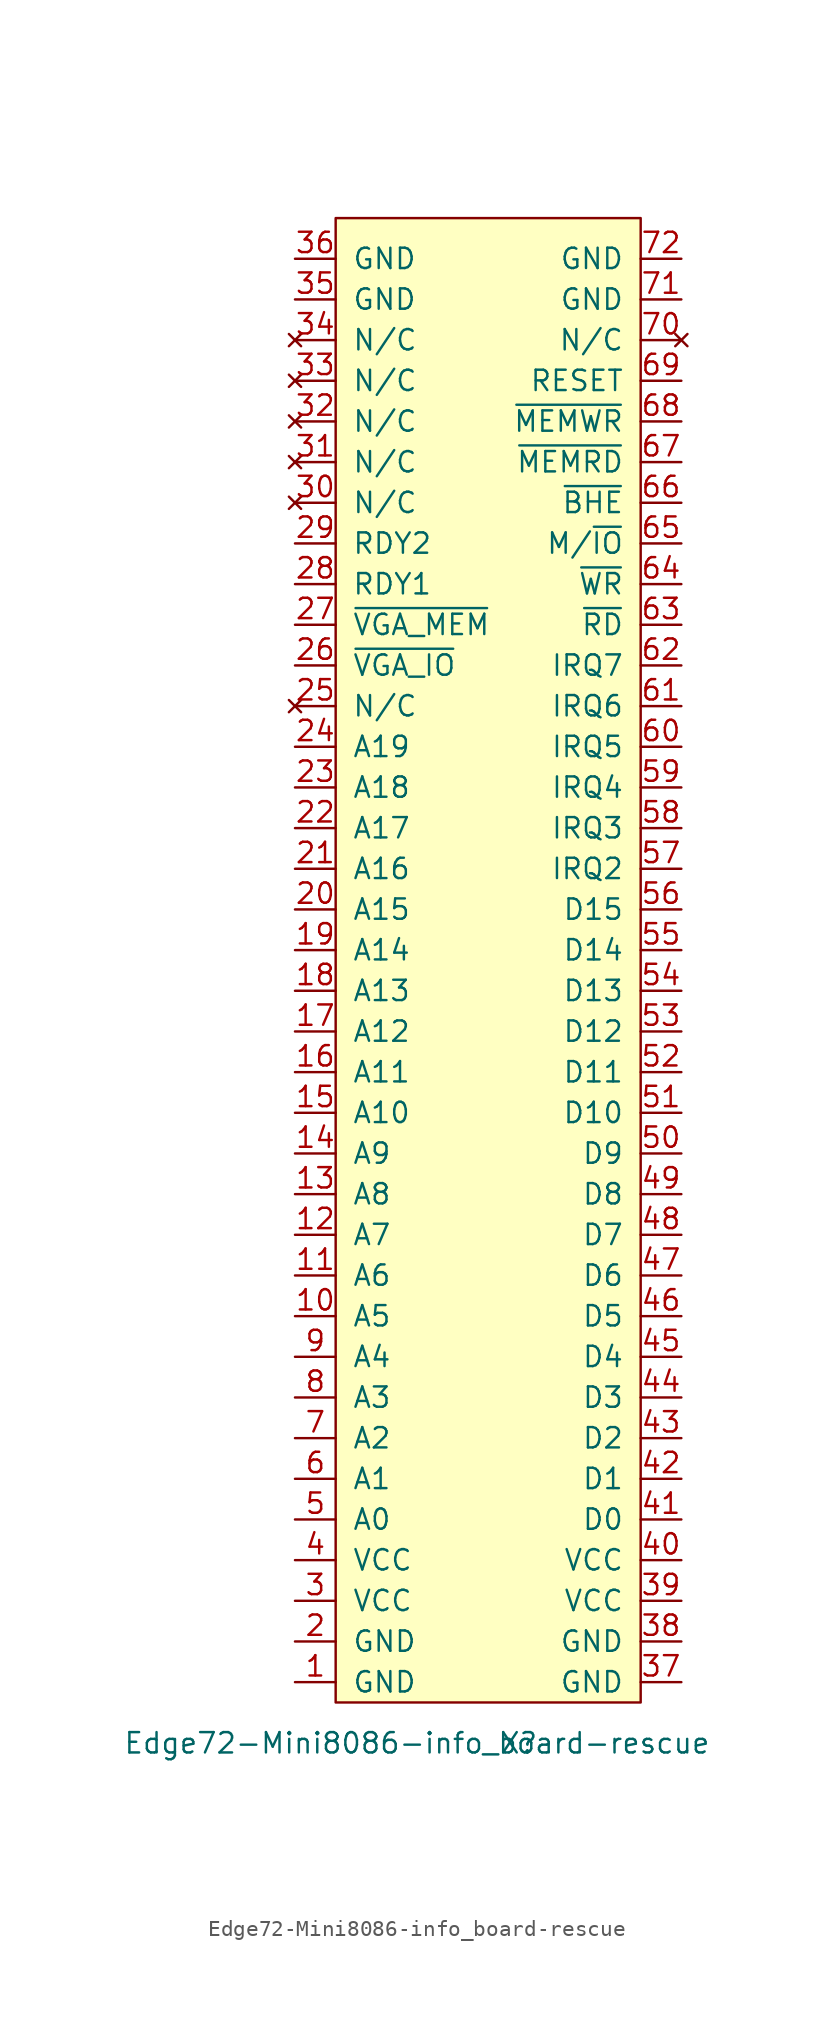
<source format=kicad_sym>
(kicad_symbol_lib
  (version 20220914)
  (generator kicad_symbol_editor)
  (symbol "Edge72-Mini8086-info_board-rescue"
    (pin_names
      (offset 1.016))
    (property "Reference" "X"
      (at 2.54 -49.53 0)
      (effects (font (size 1.27 1.27))))
    (property "Value" "Edge72-Mini8086-info_board-rescue"
      (at -3.81 -49.53 0)
      (effects (font (size 1.27 1.27))))
    (symbol "Edge72-Mini8086-info_board-rescue_0_1"
      (rectangle (start -8.89 45.72) (end 10.16 -46.99) (stroke (width 0) (type solid)) (fill (type background))))
    (symbol "Edge72-Mini8086-info_board-rescue_1_1"
      (pin power_out line (at -11.43 -45.72 0) (length 2.54) (name "GND" (effects (font (size 1.27 1.27)))) (number "1" (effects (font (size 1.27 1.27)))))
      (pin bidirectional line (at -11.43 -22.86 0) (length 2.54) (name "A5" (effects (font (size 1.27 1.27)))) (number "10" (effects (font (size 1.27 1.27)))))
      (pin bidirectional line (at -11.43 -20.32 0) (length 2.54) (name "A6" (effects (font (size 1.27 1.27)))) (number "11" (effects (font (size 1.27 1.27)))))
      (pin bidirectional line (at -11.43 -17.78 0) (length 2.54) (name "A7" (effects (font (size 1.27 1.27)))) (number "12" (effects (font (size 1.27 1.27)))))
      (pin bidirectional line (at -11.43 -15.24 0) (length 2.54) (name "A8" (effects (font (size 1.27 1.27)))) (number "13" (effects (font (size 1.27 1.27)))))
      (pin bidirectional line (at -11.43 -12.7 0) (length 2.54) (name "A9" (effects (font (size 1.27 1.27)))) (number "14" (effects (font (size 1.27 1.27)))))
      (pin bidirectional line (at -11.43 -10.16 0) (length 2.54) (name "A10" (effects (font (size 1.27 1.27)))) (number "15" (effects (font (size 1.27 1.27)))))
      (pin bidirectional line (at -11.43 -7.62 0) (length 2.54) (name "A11" (effects (font (size 1.27 1.27)))) (number "16" (effects (font (size 1.27 1.27)))))
      (pin bidirectional line (at -11.43 -5.08 0) (length 2.54) (name "A12" (effects (font (size 1.27 1.27)))) (number "17" (effects (font (size 1.27 1.27)))))
      (pin bidirectional line (at -11.43 -2.54 0) (length 2.54) (name "A13" (effects (font (size 1.27 1.27)))) (number "18" (effects (font (size 1.27 1.27)))))
      (pin bidirectional line (at -11.43 0 0) (length 2.54) (name "A14" (effects (font (size 1.27 1.27)))) (number "19" (effects (font (size 1.27 1.27)))))
      (pin passive line (at -11.43 -43.18 0) (length 2.54) (name "GND" (effects (font (size 1.27 1.27)))) (number "2" (effects (font (size 1.27 1.27)))))
      (pin bidirectional line (at -11.43 2.54 0) (length 2.54) (name "A15" (effects (font (size 1.27 1.27)))) (number "20" (effects (font (size 1.27 1.27)))))
      (pin bidirectional line (at -11.43 5.08 0) (length 2.54) (name "A16" (effects (font (size 1.27 1.27)))) (number "21" (effects (font (size 1.27 1.27)))))
      (pin bidirectional line (at -11.43 7.62 0) (length 2.54) (name "A17" (effects (font (size 1.27 1.27)))) (number "22" (effects (font (size 1.27 1.27)))))
      (pin bidirectional line (at -11.43 10.16 0) (length 2.54) (name "A18" (effects (font (size 1.27 1.27)))) (number "23" (effects (font (size 1.27 1.27)))))
      (pin bidirectional line (at -11.43 12.7 0) (length 2.54) (name "A19" (effects (font (size 1.27 1.27)))) (number "24" (effects (font (size 1.27 1.27)))))
      (pin no_connect line (at -11.43 15.24 0) (length 2.54) (name "N/C" (effects (font (size 1.27 1.27)))) (number "25" (effects (font (size 1.27 1.27)))))
      (pin bidirectional line (at -11.43 17.78 0) (length 2.54) (name "~{VGA_IO}" (effects (font (size 1.27 1.27)))) (number "26" (effects (font (size 1.27 1.27)))))
      (pin bidirectional line (at -11.43 20.32 0) (length 2.54) (name "~{VGA_MEM}" (effects (font (size 1.27 1.27)))) (number "27" (effects (font (size 1.27 1.27)))))
      (pin passive line (at -11.43 22.86 0) (length 2.54) (name "RDY1" (effects (font (size 1.27 1.27)))) (number "28" (effects (font (size 1.27 1.27)))))
      (pin passive line (at -11.43 25.4 0) (length 2.54) (name "RDY2" (effects (font (size 1.27 1.27)))) (number "29" (effects (font (size 1.27 1.27)))))
      (pin power_out line (at -11.43 -40.64 0) (length 2.54) (name "VCC" (effects (font (size 1.27 1.27)))) (number "3" (effects (font (size 1.27 1.27)))))
      (pin no_connect line (at -11.43 27.94 0) (length 2.54) (name "N/C" (effects (font (size 1.27 1.27)))) (number "30" (effects (font (size 1.27 1.27)))))
      (pin no_connect line (at -11.43 30.48 0) (length 2.54) (name "N/C" (effects (font (size 1.27 1.27)))) (number "31" (effects (font (size 1.27 1.27)))))
      (pin no_connect line (at -11.43 33.02 0) (length 2.54) (name "N/C" (effects (font (size 1.27 1.27)))) (number "32" (effects (font (size 1.27 1.27)))))
      (pin no_connect line (at -11.43 35.56 0) (length 2.54) (name "N/C" (effects (font (size 1.27 1.27)))) (number "33" (effects (font (size 1.27 1.27)))))
      (pin no_connect line (at -11.43 38.1 0) (length 2.54) (name "N/C" (effects (font (size 1.27 1.27)))) (number "34" (effects (font (size 1.27 1.27)))))
      (pin power_out line (at -11.43 40.64 0) (length 2.54) (name "GND" (effects (font (size 1.27 1.27)))) (number "35" (effects (font (size 1.27 1.27)))))
      (pin power_out line (at -11.43 43.18 0) (length 2.54) (name "GND" (effects (font (size 1.27 1.27)))) (number "36" (effects (font (size 1.27 1.27)))))
      (pin passive line (at 12.7 -45.72 180) (length 2.54) (name "GND" (effects (font (size 1.27 1.27)))) (number "37" (effects (font (size 1.27 1.27)))))
      (pin passive line (at 12.7 -43.18 180) (length 2.54) (name "GND" (effects (font (size 1.27 1.27)))) (number "38" (effects (font (size 1.27 1.27)))))
      (pin passive line (at 12.7 -40.64 180) (length 2.54) (name "VCC" (effects (font (size 1.27 1.27)))) (number "39" (effects (font (size 1.27 1.27)))))
      (pin passive line (at -11.43 -38.1 0) (length 2.54) (name "VCC" (effects (font (size 1.27 1.27)))) (number "4" (effects (font (size 1.27 1.27)))))
      (pin passive line (at 12.7 -38.1 180) (length 2.54) (name "VCC" (effects (font (size 1.27 1.27)))) (number "40" (effects (font (size 1.27 1.27)))))
      (pin bidirectional line (at 12.7 -35.56 180) (length 2.54) (name "D0" (effects (font (size 1.27 1.27)))) (number "41" (effects (font (size 1.27 1.27)))))
      (pin bidirectional line (at 12.7 -33.02 180) (length 2.54) (name "D1" (effects (font (size 1.27 1.27)))) (number "42" (effects (font (size 1.27 1.27)))))
      (pin bidirectional line (at 12.7 -30.48 180) (length 2.54) (name "D2" (effects (font (size 1.27 1.27)))) (number "43" (effects (font (size 1.27 1.27)))))
      (pin bidirectional line (at 12.7 -27.94 180) (length 2.54) (name "D3" (effects (font (size 1.27 1.27)))) (number "44" (effects (font (size 1.27 1.27)))))
      (pin bidirectional line (at 12.7 -25.4 180) (length 2.54) (name "D4" (effects (font (size 1.27 1.27)))) (number "45" (effects (font (size 1.27 1.27)))))
      (pin bidirectional line (at 12.7 -22.86 180) (length 2.54) (name "D5" (effects (font (size 1.27 1.27)))) (number "46" (effects (font (size 1.27 1.27)))))
      (pin bidirectional line (at 12.7 -20.32 180) (length 2.54) (name "D6" (effects (font (size 1.27 1.27)))) (number "47" (effects (font (size 1.27 1.27)))))
      (pin bidirectional line (at 12.7 -17.78 180) (length 2.54) (name "D7" (effects (font (size 1.27 1.27)))) (number "48" (effects (font (size 1.27 1.27)))))
      (pin bidirectional line (at 12.7 -15.24 180) (length 2.54) (name "D8" (effects (font (size 1.27 1.27)))) (number "49" (effects (font (size 1.27 1.27)))))
      (pin bidirectional line (at -11.43 -35.56 0) (length 2.54) (name "A0" (effects (font (size 1.27 1.27)))) (number "5" (effects (font (size 1.27 1.27)))))
      (pin bidirectional line (at 12.7 -12.7 180) (length 2.54) (name "D9" (effects (font (size 1.27 1.27)))) (number "50" (effects (font (size 1.27 1.27)))))
      (pin bidirectional line (at 12.7 -10.16 180) (length 2.54) (name "D10" (effects (font (size 1.27 1.27)))) (number "51" (effects (font (size 1.27 1.27)))))
      (pin bidirectional line (at 12.7 -7.62 180) (length 2.54) (name "D11" (effects (font (size 1.27 1.27)))) (number "52" (effects (font (size 1.27 1.27)))))
      (pin bidirectional line (at 12.7 -5.08 180) (length 2.54) (name "D12" (effects (font (size 1.27 1.27)))) (number "53" (effects (font (size 1.27 1.27)))))
      (pin bidirectional line (at 12.7 -2.54 180) (length 2.54) (name "D13" (effects (font (size 1.27 1.27)))) (number "54" (effects (font (size 1.27 1.27)))))
      (pin bidirectional line (at 12.7 0 180) (length 2.54) (name "D14" (effects (font (size 1.27 1.27)))) (number "55" (effects (font (size 1.27 1.27)))))
      (pin bidirectional line (at 12.7 2.54 180) (length 2.54) (name "D15" (effects (font (size 1.27 1.27)))) (number "56" (effects (font (size 1.27 1.27)))))
      (pin passive line (at 12.7 5.08 180) (length 2.54) (name "IRQ2" (effects (font (size 1.27 1.27)))) (number "57" (effects (font (size 1.27 1.27)))))
      (pin passive line (at 12.7 7.62 180) (length 2.54) (name "IRQ3" (effects (font (size 1.27 1.27)))) (number "58" (effects (font (size 1.27 1.27)))))
      (pin passive line (at 12.7 10.16 180) (length 2.54) (name "IRQ4" (effects (font (size 1.27 1.27)))) (number "59" (effects (font (size 1.27 1.27)))))
      (pin bidirectional line (at -11.43 -33.02 0) (length 2.54) (name "A1" (effects (font (size 1.27 1.27)))) (number "6" (effects (font (size 1.27 1.27)))))
      (pin passive line (at 12.7 12.7 180) (length 2.54) (name "IRQ5" (effects (font (size 1.27 1.27)))) (number "60" (effects (font (size 1.27 1.27)))))
      (pin passive line (at 12.7 15.24 180) (length 2.54) (name "IRQ6" (effects (font (size 1.27 1.27)))) (number "61" (effects (font (size 1.27 1.27)))))
      (pin passive line (at 12.7 17.78 180) (length 2.54) (name "IRQ7" (effects (font (size 1.27 1.27)))) (number "62" (effects (font (size 1.27 1.27)))))
      (pin bidirectional line (at 12.7 20.32 180) (length 2.54) (name "~{RD}" (effects (font (size 1.27 1.27)))) (number "63" (effects (font (size 1.27 1.27)))))
      (pin bidirectional line (at 12.7 22.86 180) (length 2.54) (name "~{WR}" (effects (font (size 1.27 1.27)))) (number "64" (effects (font (size 1.27 1.27)))))
      (pin bidirectional line (at 12.7 25.4 180) (length 2.54) (name "M/~{IO}" (effects (font (size 1.27 1.27)))) (number "65" (effects (font (size 1.27 1.27)))))
      (pin bidirectional line (at 12.7 27.94 180) (length 2.54) (name "~{BHE}" (effects (font (size 1.27 1.27)))) (number "66" (effects (font (size 1.27 1.27)))))
      (pin bidirectional line (at 12.7 30.48 180) (length 2.54) (name "~{MEMRD}" (effects (font (size 1.27 1.27)))) (number "67" (effects (font (size 1.27 1.27)))))
      (pin bidirectional line (at 12.7 33.02 180) (length 2.54) (name "~{MEMWR}" (effects (font (size 1.27 1.27)))) (number "68" (effects (font (size 1.27 1.27)))))
      (pin passive line (at 12.7 35.56 180) (length 2.54) (name "RESET" (effects (font (size 1.27 1.27)))) (number "69" (effects (font (size 1.27 1.27)))))
      (pin bidirectional line (at -11.43 -30.48 0) (length 2.54) (name "A2" (effects (font (size 1.27 1.27)))) (number "7" (effects (font (size 1.27 1.27)))))
      (pin no_connect line (at 12.7 38.1 180) (length 2.54) (name "N/C" (effects (font (size 1.27 1.27)))) (number "70" (effects (font (size 1.27 1.27)))))
      (pin output line (at 12.7 40.64 180) (length 2.54) (name "GND" (effects (font (size 1.27 1.27)))) (number "71" (effects (font (size 1.27 1.27)))))
      (pin output line (at 12.7 43.18 180) (length 2.54) (name "GND" (effects (font (size 1.27 1.27)))) (number "72" (effects (font (size 1.27 1.27)))))
      (pin bidirectional line (at -11.43 -27.94 0) (length 2.54) (name "A3" (effects (font (size 1.27 1.27)))) (number "8" (effects (font (size 1.27 1.27)))))
      (pin bidirectional line (at -11.43 -25.4 0) (length 2.54) (name "A4" (effects (font (size 1.27 1.27)))) (number "9" (effects (font (size 1.27 1.27))))))))
</source>
